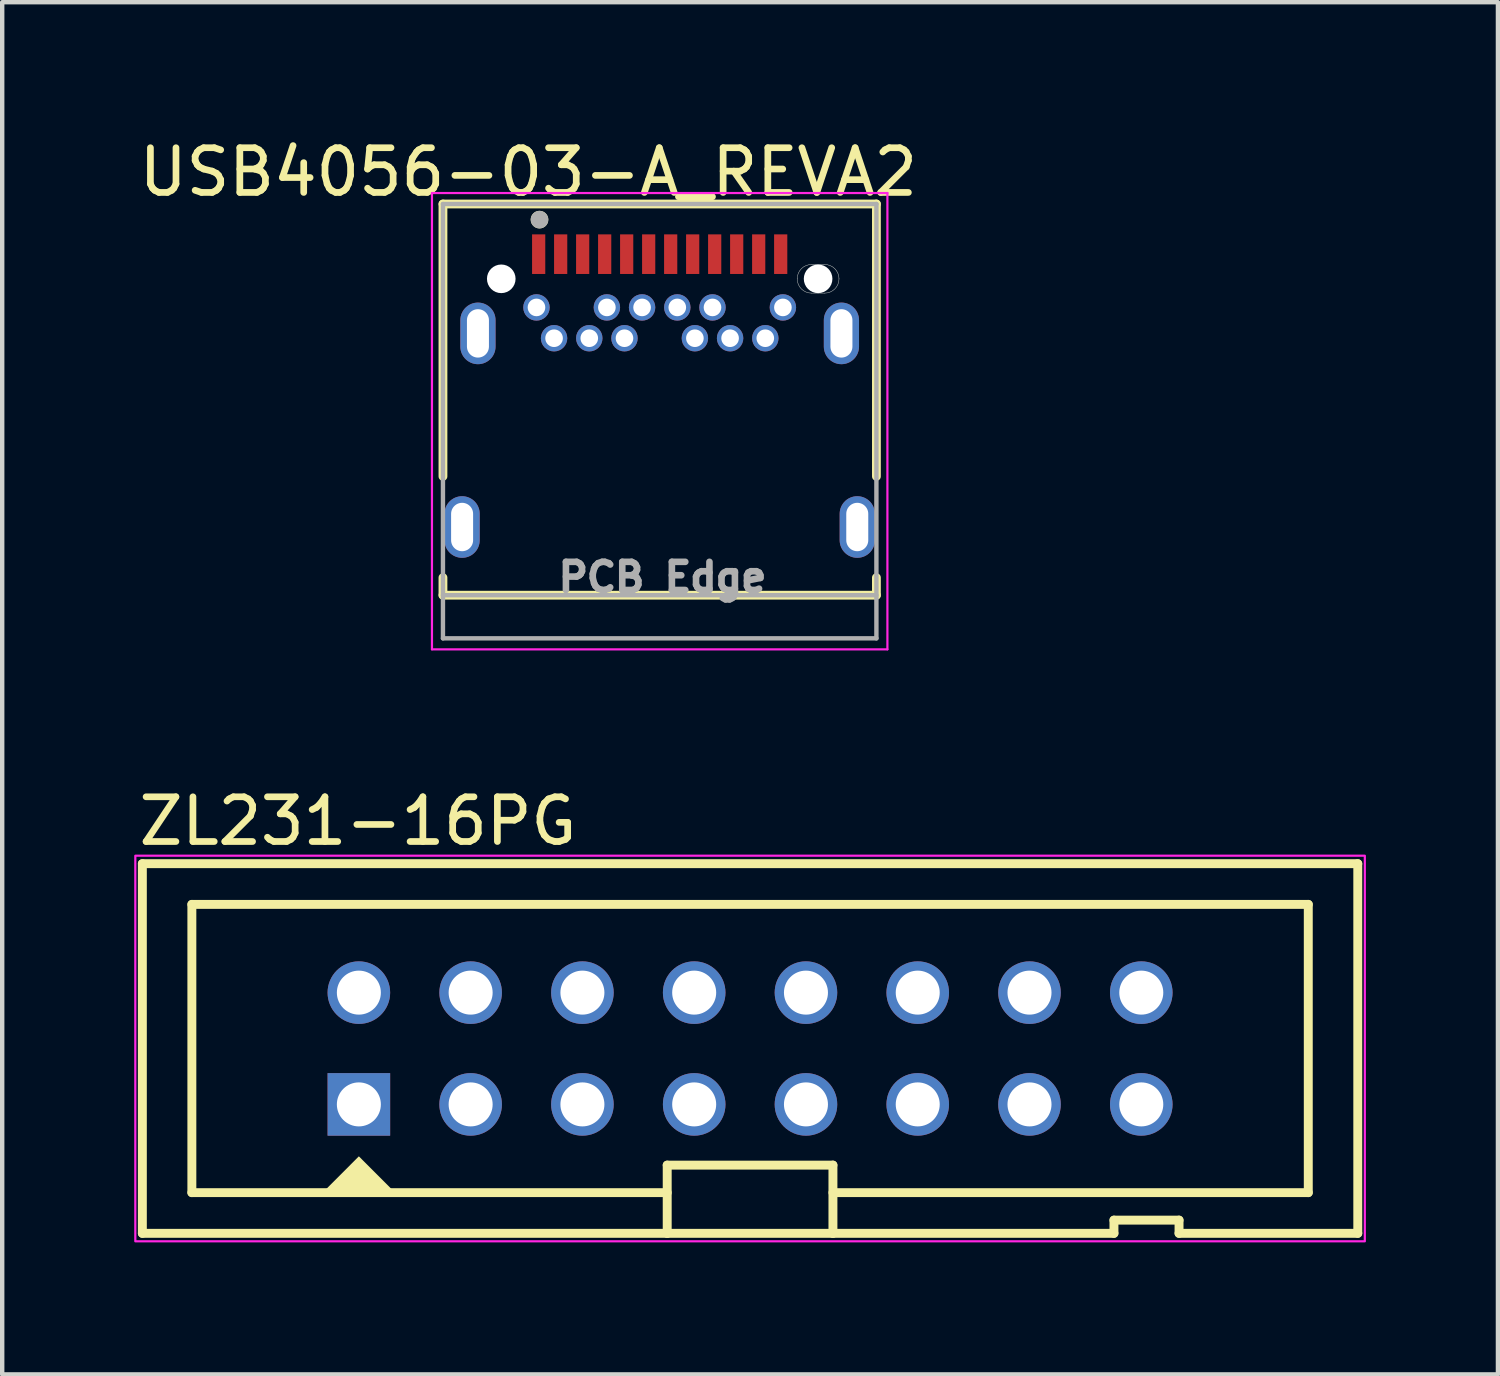
<source format=kicad_pcb>
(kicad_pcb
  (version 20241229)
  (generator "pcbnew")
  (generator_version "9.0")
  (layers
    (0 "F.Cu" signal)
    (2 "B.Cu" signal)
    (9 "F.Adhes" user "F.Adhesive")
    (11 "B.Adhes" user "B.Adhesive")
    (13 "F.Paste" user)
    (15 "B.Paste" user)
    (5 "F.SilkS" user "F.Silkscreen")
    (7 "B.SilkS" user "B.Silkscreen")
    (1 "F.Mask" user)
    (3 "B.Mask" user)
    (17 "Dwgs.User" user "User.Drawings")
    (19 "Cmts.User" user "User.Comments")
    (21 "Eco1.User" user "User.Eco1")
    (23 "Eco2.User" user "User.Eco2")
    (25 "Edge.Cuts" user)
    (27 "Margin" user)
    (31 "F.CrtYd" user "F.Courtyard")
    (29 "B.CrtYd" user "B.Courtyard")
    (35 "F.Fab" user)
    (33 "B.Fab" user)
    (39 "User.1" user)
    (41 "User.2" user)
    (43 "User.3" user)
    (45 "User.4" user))
  (footprint "USB4056-03-A_REVA2"
    (layer "F.Cu")
    (at 11.941 8.926)
    (property "Reference" "USB4056-03-A_REVA2" (at -2.985 -8.065 0) (layer "F.SilkS") (effects (font (size 1.016 1.016) (thickness 0.152))))
    (attr through_hole)
    (fp_poly (pts (xy 3.45 -6.065) (xy 3.75 -6.065) (xy 3.772 -6.064) (xy 3.794 -6.063) (xy 3.816 -6.06) (xy 3.838 -6.056) (xy 3.86 -6.051) (xy 3.881 -6.044) (xy 3.902 -6.037) (xy 3.923 -6.028) (xy 3.943 -6.019) (xy 3.962 -6.008) (xy 3.981 -5.996) (xy 4 -5.984) (xy 4.017 -5.97) (xy 4.034 -5.956) (xy 4.051 -5.941) (xy 4.066 -5.924) (xy 4.08 -5.907) (xy 4.094 -5.89) (xy 4.106 -5.871) (xy 4.118 -5.853) (xy 4.129 -5.833) (xy 4.138 -5.813) (xy 4.147 -5.792) (xy 4.154 -5.771) (xy 4.161 -5.75) (xy 4.166 -5.728) (xy 4.17 -5.706) (xy 4.173 -5.684) (xy 4.174 -5.662) (xy 4.175 -5.64) (xy 4.174 -5.618) (xy 4.173 -5.596) (xy 4.17 -5.574) (xy 4.166 -5.552) (xy 4.161 -5.53) (xy 4.154 -5.509) (xy 4.147 -5.488) (xy 4.138 -5.467) (xy 4.129 -5.447) (xy 4.118 -5.428) (xy 4.106 -5.409) (xy 4.094 -5.39) (xy 4.08 -5.373) (xy 4.066 -5.356) (xy 4.051 -5.339) (xy 4.034 -5.324) (xy 4.017 -5.31) (xy 4 -5.296) (xy 3.981 -5.284) (xy 3.962 -5.272) (xy 3.943 -5.261) (xy 3.923 -5.252) (xy 3.902 -5.243) (xy 3.881 -5.236) (xy 3.86 -5.229) (xy 3.838 -5.224) (xy 3.816 -5.22) (xy 3.794 -5.217) (xy 3.772 -5.216) (xy 3.75 -5.215) (xy 3.45 -5.215) (xy 3.428 -5.216) (xy 3.406 -5.217) (xy 3.384 -5.22) (xy 3.362 -5.224) (xy 3.34 -5.229) (xy 3.319 -5.236) (xy 3.298 -5.243) (xy 3.277 -5.252) (xy 3.257 -5.261) (xy 3.237 -5.272) (xy 3.219 -5.284) (xy 3.2 -5.296) (xy 3.183 -5.31) (xy 3.166 -5.324) (xy 3.149 -5.339) (xy 3.134 -5.356) (xy 3.12 -5.373) (xy 3.106 -5.39) (xy 3.094 -5.409) (xy 3.082 -5.428) (xy 3.071 -5.447) (xy 3.062 -5.467) (xy 3.053 -5.488) (xy 3.046 -5.509) (xy 3.039 -5.53) (xy 3.034 -5.552) (xy 3.03 -5.574) (xy 3.027 -5.596) (xy 3.026 -5.618) (xy 3.025 -5.64) (xy 3.026 -5.662) (xy 3.027 -5.684) (xy 3.03 -5.706) (xy 3.034 -5.728) (xy 3.039 -5.75) (xy 3.046 -5.771) (xy 3.053 -5.792) (xy 3.062 -5.813) (xy 3.071 -5.833) (xy 3.082 -5.853) (xy 3.094 -5.871) (xy 3.106 -5.89) (xy 3.12 -5.907) (xy 3.134 -5.924) (xy 3.149 -5.941) (xy 3.166 -5.956) (xy 3.183 -5.97) (xy 3.2 -5.984) (xy 3.219 -5.996) (xy 3.237 -6.008) (xy 3.257 -6.019) (xy 3.277 -6.028) (xy 3.298 -6.037) (xy 3.319 -6.044) (xy 3.34 -6.051) (xy 3.362 -6.056) (xy 3.384 -6.06) (xy 3.406 -6.063) (xy 3.428 -6.064) (xy 3.45 -6.065)) (stroke (width 0.01) (type solid)) (fill yes) (layer "F.Mask"))
    (fp_poly (pts (xy 3.45 -6.065) (xy 3.75 -6.065) (xy 3.772 -6.064) (xy 3.794 -6.063) (xy 3.816 -6.06) (xy 3.838 -6.056) (xy 3.86 -6.051) (xy 3.881 -6.044) (xy 3.902 -6.037) (xy 3.923 -6.028) (xy 3.943 -6.019) (xy 3.962 -6.008) (xy 3.981 -5.996) (xy 4 -5.984) (xy 4.017 -5.97) (xy 4.034 -5.956) (xy 4.051 -5.941) (xy 4.066 -5.924) (xy 4.08 -5.907) (xy 4.094 -5.89) (xy 4.106 -5.871) (xy 4.118 -5.853) (xy 4.129 -5.833) (xy 4.138 -5.813) (xy 4.147 -5.792) (xy 4.154 -5.771) (xy 4.161 -5.75) (xy 4.166 -5.728) (xy 4.17 -5.706) (xy 4.173 -5.684) (xy 4.174 -5.662) (xy 4.175 -5.64) (xy 4.174 -5.618) (xy 4.173 -5.596) (xy 4.17 -5.574) (xy 4.166 -5.552) (xy 4.161 -5.53) (xy 4.154 -5.509) (xy 4.147 -5.488) (xy 4.138 -5.467) (xy 4.129 -5.447) (xy 4.118 -5.428) (xy 4.106 -5.409) (xy 4.094 -5.39) (xy 4.08 -5.373) (xy 4.066 -5.356) (xy 4.051 -5.339) (xy 4.034 -5.324) (xy 4.017 -5.31) (xy 4 -5.296) (xy 3.981 -5.284) (xy 3.962 -5.272) (xy 3.943 -5.261) (xy 3.923 -5.252) (xy 3.902 -5.243) (xy 3.881 -5.236) (xy 3.86 -5.229) (xy 3.838 -5.224) (xy 3.816 -5.22) (xy 3.794 -5.217) (xy 3.772 -5.216) (xy 3.75 -5.215) (xy 3.45 -5.215) (xy 3.428 -5.216) (xy 3.406 -5.217) (xy 3.384 -5.22) (xy 3.362 -5.224) (xy 3.34 -5.229) (xy 3.319 -5.236) (xy 3.298 -5.243) (xy 3.277 -5.252) (xy 3.257 -5.261) (xy 3.237 -5.272) (xy 3.219 -5.284) (xy 3.2 -5.296) (xy 3.183 -5.31) (xy 3.166 -5.324) (xy 3.149 -5.339) (xy 3.134 -5.356) (xy 3.12 -5.373) (xy 3.106 -5.39) (xy 3.094 -5.409) (xy 3.082 -5.428) (xy 3.071 -5.447) (xy 3.062 -5.467) (xy 3.053 -5.488) (xy 3.046 -5.509) (xy 3.039 -5.53) (xy 3.034 -5.552) (xy 3.03 -5.574) (xy 3.027 -5.596) (xy 3.026 -5.618) (xy 3.025 -5.64) (xy 3.026 -5.662) (xy 3.027 -5.684) (xy 3.03 -5.706) (xy 3.034 -5.728) (xy 3.039 -5.75) (xy 3.046 -5.771) (xy 3.053 -5.792) (xy 3.062 -5.813) (xy 3.071 -5.833) (xy 3.082 -5.853) (xy 3.094 -5.871) (xy 3.106 -5.89) (xy 3.12 -5.907) (xy 3.134 -5.924) (xy 3.149 -5.941) (xy 3.166 -5.956) (xy 3.183 -5.97) (xy 3.2 -5.984) (xy 3.219 -5.996) (xy 3.237 -6.008) (xy 3.257 -6.019) (xy 3.277 -6.028) (xy 3.298 -6.037) (xy 3.319 -6.044) (xy 3.34 -6.051) (xy 3.362 -6.056) (xy 3.384 -6.06) (xy 3.406 -6.063) (xy 3.428 -6.064) (xy 3.45 -6.065)) (stroke (width 0.01) (type solid)) (fill yes) (layer "B.Mask"))
    (fp_line (start -4.925 -7.34) (end -4.925 -1.15) (stroke (width 0.2) (type solid)) (layer "F.SilkS"))
    (fp_line (start -4.925 -7.34) (end 4.925 -7.34) (stroke (width 0.2) (type solid)) (layer "F.SilkS"))
    (fp_line (start -4.925 1.55) (end -4.925 1.15) (stroke (width 0.2) (type solid)) (layer "F.SilkS"))
    (fp_line (start -4.925 1.55) (end 4.925 1.55) (stroke (width 0.2) (type solid)) (layer "F.SilkS"))
    (fp_line (start 4.925 -1.15) (end 4.925 -7.34) (stroke (width 0.2) (type solid)) (layer "F.SilkS"))
    (fp_line (start 4.925 1.55) (end 4.925 1.15) (stroke (width 0.2) (type solid)) (layer "F.SilkS"))
    (fp_circle (center -2.731 -6.985) (end -2.631 -6.985) (stroke (width 0.2) (type solid)) (fill no) (layer "F.SilkS"))
    (fp_line (start 3.45 -5.965) (end 3.75 -5.965) (stroke (width 0.01) (type solid)) (layer "Edge.Cuts"))
    (fp_line (start 3.75 -5.315) (end 3.45 -5.315) (stroke (width 0.01) (type solid)) (layer "Edge.Cuts"))
    (fp_arc (start 3.125 -5.64) (mid 3.22019 -5.86981) (end 3.45 -5.965) (stroke (width 0.01) (type solid)) (layer "Edge.Cuts"))
    (fp_arc (start 3.45 -5.315) (mid 3.22019 -5.41019) (end 3.125 -5.64) (stroke (width 0.01) (type solid)) (layer "Edge.Cuts"))
    (fp_arc (start 3.75 -5.965) (mid 3.97981 -5.86981) (end 4.075 -5.64) (stroke (width 0.01) (type solid)) (layer "Edge.Cuts"))
    (fp_arc (start 4.075 -5.64) (mid 3.97981 -5.41019) (end 3.75 -5.315) (stroke (width 0.01) (type solid)) (layer "Edge.Cuts"))
    (fp_line (start -5.175 -7.59) (end 5.175 -7.59) (stroke (width 0.05) (type solid)) (layer "F.CrtYd"))
    (fp_line (start -5.175 2.78) (end -5.175 -7.59) (stroke (width 0.05) (type solid)) (layer "F.CrtYd"))
    (fp_line (start -5.175 2.78) (end 5.175 2.78) (stroke (width 0.05) (type solid)) (layer "F.CrtYd"))
    (fp_line (start 5.175 2.78) (end 5.175 -7.59) (stroke (width 0.05) (type solid)) (layer "F.CrtYd"))
    (fp_line (start -4.925 -7.34) (end 4.925 -7.34) (stroke (width 0.1) (type solid)) (layer "F.Fab"))
    (fp_line (start -4.925 1.55) (end 4.925 1.55) (stroke (width 0.1) (type solid)) (layer "F.Fab"))
    (fp_line (start -4.925 2.53) (end -4.925 -7.34) (stroke (width 0.1) (type solid)) (layer "F.Fab"))
    (fp_line (start -4.925 2.53) (end 4.925 2.53) (stroke (width 0.1) (type solid)) (layer "F.Fab"))
    (fp_line (start 4.925 2.53) (end 4.925 -7.34) (stroke (width 0.1) (type solid)) (layer "F.Fab"))
    (fp_circle (center -2.731 -6.985) (end -2.631 -6.985) (stroke (width 0.2) (type solid)) (fill no) (layer "F.Fab"))
    (fp_text user "PCB Edge" (at 0.064 1.143 0) (layer "F.Fab") (effects (font (size 0.64 0.64) (thickness 0.15))))
    (pad "" np_thru_hole circle (at -3.6 -5.64) (size 0.65 0.65) (drill 0.65) (layers "*.Cu" "*.Mask"))
    (pad "" np_thru_hole circle (at 3.6 -5.64) (size 0.65 0.65) (drill 0.65) (layers "*.Cu" "*.Mask"))
    (pad "A1" smd rect (at -2.75 -6.2) (size 0.3 0.9) (layers "F.Cu" "F.Mask" "F.Paste"))
    (pad "A2" smd rect (at -2.25 -6.2) (size 0.3 0.9) (layers "F.Cu" "F.Mask" "F.Paste"))
    (pad "A3" smd rect (at -1.75 -6.2) (size 0.3 0.9) (layers "F.Cu" "F.Mask" "F.Paste"))
    (pad "A4" smd rect (at -1.25 -6.2) (size 0.3 0.9) (layers "F.Cu" "F.Mask" "F.Paste"))
    (pad "A5" smd rect (at -0.75 -6.2) (size 0.3 0.9) (layers "F.Cu" "F.Mask" "F.Paste"))
    (pad "A6" smd rect (at -0.25 -6.2) (size 0.3 0.9) (layers "F.Cu" "F.Mask" "F.Paste"))
    (pad "A7" smd rect (at 0.25 -6.2) (size 0.3 0.9) (layers "F.Cu" "F.Mask" "F.Paste"))
    (pad "A8" smd rect (at 0.75 -6.2) (size 0.3 0.9) (layers "F.Cu" "F.Mask" "F.Paste"))
    (pad "A9" smd rect (at 1.25 -6.2) (size 0.3 0.9) (layers "F.Cu" "F.Mask" "F.Paste"))
    (pad "A10" smd rect (at 1.75 -6.2) (size 0.3 0.9) (layers "F.Cu" "F.Mask" "F.Paste"))
    (pad "A11" smd rect (at 2.25 -6.2) (size 0.3 0.9) (layers "F.Cu" "F.Mask" "F.Paste"))
    (pad "A12" smd rect (at 2.75 -6.2) (size 0.3 0.9) (layers "F.Cu" "F.Mask" "F.Paste"))
    (pad "B1" thru_hole circle (at 2.8 -4.99) (size 0.6 0.6) (drill 0.4) (layers "*.Cu" "*.Mask"))
    (pad "B2" thru_hole circle (at 2.4 -4.29) (size 0.6 0.6) (drill 0.4) (layers "*.Cu" "*.Mask"))
    (pad "B3" thru_hole circle (at 1.6 -4.29) (size 0.6 0.6) (drill 0.4) (layers "*.Cu" "*.Mask"))
    (pad "B4" thru_hole circle (at 1.2 -4.99) (size 0.6 0.6) (drill 0.4) (layers "*.Cu" "*.Mask"))
    (pad "B5" thru_hole circle (at 0.8 -4.29) (size 0.6 0.6) (drill 0.4) (layers "*.Cu" "*.Mask"))
    (pad "B6" thru_hole circle (at 0.4 -4.99) (size 0.6 0.6) (drill 0.4) (layers "*.Cu" "*.Mask"))
    (pad "B7" thru_hole circle (at -0.4 -4.99) (size 0.6 0.6) (drill 0.4) (layers "*.Cu" "*.Mask"))
    (pad "B8" thru_hole circle (at -0.8 -4.29) (size 0.6 0.6) (drill 0.4) (layers "*.Cu" "*.Mask"))
    (pad "B9" thru_hole circle (at -1.2 -4.99) (size 0.6 0.6) (drill 0.4) (layers "*.Cu" "*.Mask"))
    (pad "B10" thru_hole circle (at -1.6 -4.29) (size 0.6 0.6) (drill 0.4) (layers "*.Cu" "*.Mask"))
    (pad "B11" thru_hole circle (at -2.4 -4.29) (size 0.6 0.6) (drill 0.4) (layers "*.Cu" "*.Mask"))
    (pad "B12" thru_hole circle (at -2.8 -4.99) (size 0.6 0.6) (drill 0.4) (layers "*.Cu" "*.Mask"))
    (pad "SH" thru_hole oval (at -4.49 0) (size 0.8 1.4) (drill oval 0.5 1.1) (layers "*.Cu" "*.Mask"))
    (pad "SH" thru_hole oval (at -4.13 -4.4) (size 0.8 1.4) (drill oval 0.5 1.1) (layers "*.Cu" "*.Mask"))
    (pad "SH" thru_hole oval (at 4.13 -4.4) (size 0.8 1.4) (drill oval 0.5 1.1) (layers "*.Cu" "*.Mask"))
    (pad "SH" thru_hole oval (at 4.49 0) (size 0.8 1.4) (drill oval 0.5 1.1) (layers "*.Cu" "*.Mask")))
  (footprint "ZL231-16PG"
    (layer "F.Cu")
    (at 13.995 20.777)
    (property "Reference" "ZL231-16PG" (at -13.97 -4.572 0) (layer "F.SilkS") (effects (font (size 1.016 1.016) (thickness 0.152)) (justify left bottom)))
    (attr through_hole)
    (fp_line (start -13.81 -4.2) (end 13.81 -4.2) (stroke (width 0.203) (type solid)) (layer "F.SilkS"))
    (fp_line (start -13.81 4.2) (end -13.81 -4.2) (stroke (width 0.203) (type solid)) (layer "F.SilkS"))
    (fp_line (start -12.685 -3.275) (end 12.685 -3.275) (stroke (width 0.203) (type solid)) (layer "F.SilkS"))
    (fp_line (start -12.685 3.275) (end -12.685 -3.275) (stroke (width 0.203) (type solid)) (layer "F.SilkS"))
    (fp_line (start -1.883 2.65) (end -1.883 4.2) (stroke (width 0.203) (type solid)) (layer "F.SilkS"))
    (fp_line (start -1.883 3.275) (end -12.685 3.275) (stroke (width 0.203) (type solid)) (layer "F.SilkS"))
    (fp_line (start -1.883 4.2) (end -13.81 4.2) (stroke (width 0.203) (type solid)) (layer "F.SilkS"))
    (fp_line (start 1.883 2.65) (end -1.883 2.65) (stroke (width 0.203) (type solid)) (layer "F.SilkS"))
    (fp_line (start 1.883 4.2) (end -1.883 4.2) (stroke (width 0.203) (type solid)) (layer "F.SilkS"))
    (fp_line (start 1.883 4.2) (end 1.883 2.65) (stroke (width 0.203) (type solid)) (layer "F.SilkS"))
    (fp_line (start 8.269 3.9) (end 8.269 4.2) (stroke (width 0.203) (type solid)) (layer "F.SilkS"))
    (fp_line (start 8.269 4.2) (end 1.883 4.2) (stroke (width 0.203) (type solid)) (layer "F.SilkS"))
    (fp_line (start 9.748 3.9) (end 8.269 3.9) (stroke (width 0.203) (type solid)) (layer "F.SilkS"))
    (fp_line (start 9.748 4.2) (end 9.748 3.9) (stroke (width 0.203) (type solid)) (layer "F.SilkS"))
    (fp_line (start 12.685 -3.275) (end 12.685 3.275) (stroke (width 0.203) (type solid)) (layer "F.SilkS"))
    (fp_line (start 12.685 3.275) (end 1.883 3.275) (stroke (width 0.203) (type solid)) (layer "F.SilkS"))
    (fp_line (start 13.81 -4.2) (end 13.81 4.2) (stroke (width 0.203) (type solid)) (layer "F.SilkS"))
    (fp_line (start 13.81 4.2) (end 9.748 4.2) (stroke (width 0.203) (type solid)) (layer "F.SilkS"))
    (fp_poly (pts (xy -8.102 3.239) (xy -9.678 3.239) (xy -8.89 2.45)) (stroke (width 0) (type default)) (fill yes) (layer "F.SilkS"))
    (fp_rect (start -13.97 -4.381) (end 13.97 4.381) (stroke (width 0.05) (type default)) (fill no) (layer "F.CrtYd"))
    (pad "1" thru_hole rect (at -8.89 1.27) (size 1.422 1.422) (drill 1) (layers "*.Cu" "*.Mask"))
    (pad "2" thru_hole circle (at -8.89 -1.27) (size 1.422 1.422) (drill 1) (layers "*.Cu" "*.Mask"))
    (pad "3" thru_hole circle (at -6.35 1.27) (size 1.422 1.422) (drill 1) (layers "*.Cu" "*.Mask"))
    (pad "4" thru_hole circle (at -6.35 -1.27) (size 1.422 1.422) (drill 1) (layers "*.Cu" "*.Mask"))
    (pad "5" thru_hole circle (at -3.81 1.27) (size 1.422 1.422) (drill 1) (layers "*.Cu" "*.Mask"))
    (pad "6" thru_hole circle (at -3.81 -1.27) (size 1.422 1.422) (drill 1) (layers "*.Cu" "*.Mask"))
    (pad "7" thru_hole circle (at -1.27 1.27) (size 1.422 1.422) (drill 1) (layers "*.Cu" "*.Mask"))
    (pad "8" thru_hole circle (at -1.27 -1.27) (size 1.422 1.422) (drill 1) (layers "*.Cu" "*.Mask"))
    (pad "9" thru_hole circle (at 1.27 1.27) (size 1.422 1.422) (drill 1) (layers "*.Cu" "*.Mask"))
    (pad "10" thru_hole circle (at 1.27 -1.27) (size 1.422 1.422) (drill 1) (layers "*.Cu" "*.Mask"))
    (pad "11" thru_hole circle (at 3.81 1.27) (size 1.422 1.422) (drill 1) (layers "*.Cu" "*.Mask"))
    (pad "12" thru_hole circle (at 3.81 -1.27) (size 1.422 1.422) (drill 1) (layers "*.Cu" "*.Mask"))
    (pad "13" thru_hole circle (at 6.35 1.27) (size 1.422 1.422) (drill 1) (layers "*.Cu" "*.Mask"))
    (pad "14" thru_hole circle (at 6.35 -1.27) (size 1.422 1.422) (drill 1) (layers "*.Cu" "*.Mask"))
    (pad "15" thru_hole circle (at 8.89 1.27) (size 1.422 1.422) (drill 1) (layers "*.Cu" "*.Mask"))
    (pad "16" thru_hole circle (at 8.89 -1.27) (size 1.422 1.422) (drill 1) (layers "*.Cu" "*.Mask")))
  (gr_rect
    (start -3 -3)
    (end 30.99 28.183)
    (stroke (width 0.1) (type default))
    (fill no)
    (layer "Edge.Cuts")))
</source>
